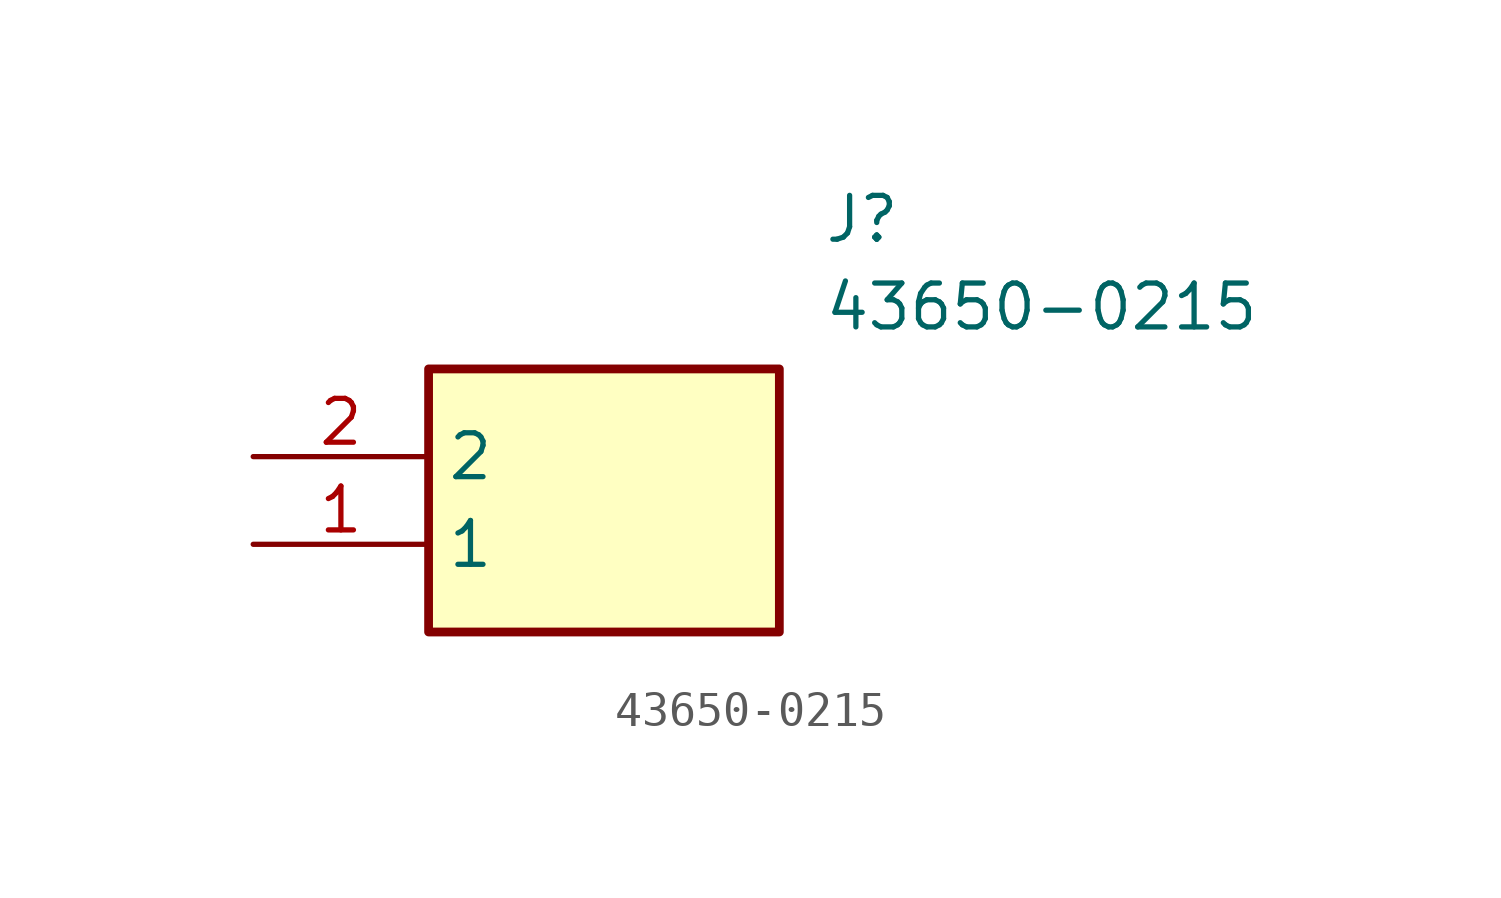
<source format=kicad_sym>
(kicad_symbol_lib
  (version 20211014)
  (generator SamacSys_ECAD_Model)
  (symbol "43650-0215"
    (property "Reference" "J"
      (at 16.51 7.62 0)
      (effects (font (size 1.27 1.27)) (justify left top)))
    (property "Value" "43650-0215"
      (at 16.51 5.08 0)
      (effects (font (size 1.27 1.27)) (justify left top)))
    (rectangle
      (start 5.08 2.54)
      (end 15.24 -5.08)
      (stroke (width 0.254) (type default))
      (fill (type background)))
    (pin passive line
      (at 0 -2.54 0)
      (length 5.08)
      (name "1" (effects (font (size 1.27 1.27))))
      (number "1" (effects (font (size 1.27 1.27)))))
    (pin passive line
      (at 0 0 0)
      (length 5.08)
      (name "2" (effects (font (size 1.27 1.27))))
      (number "2" (effects (font (size 1.27 1.27)))))))
</source>
